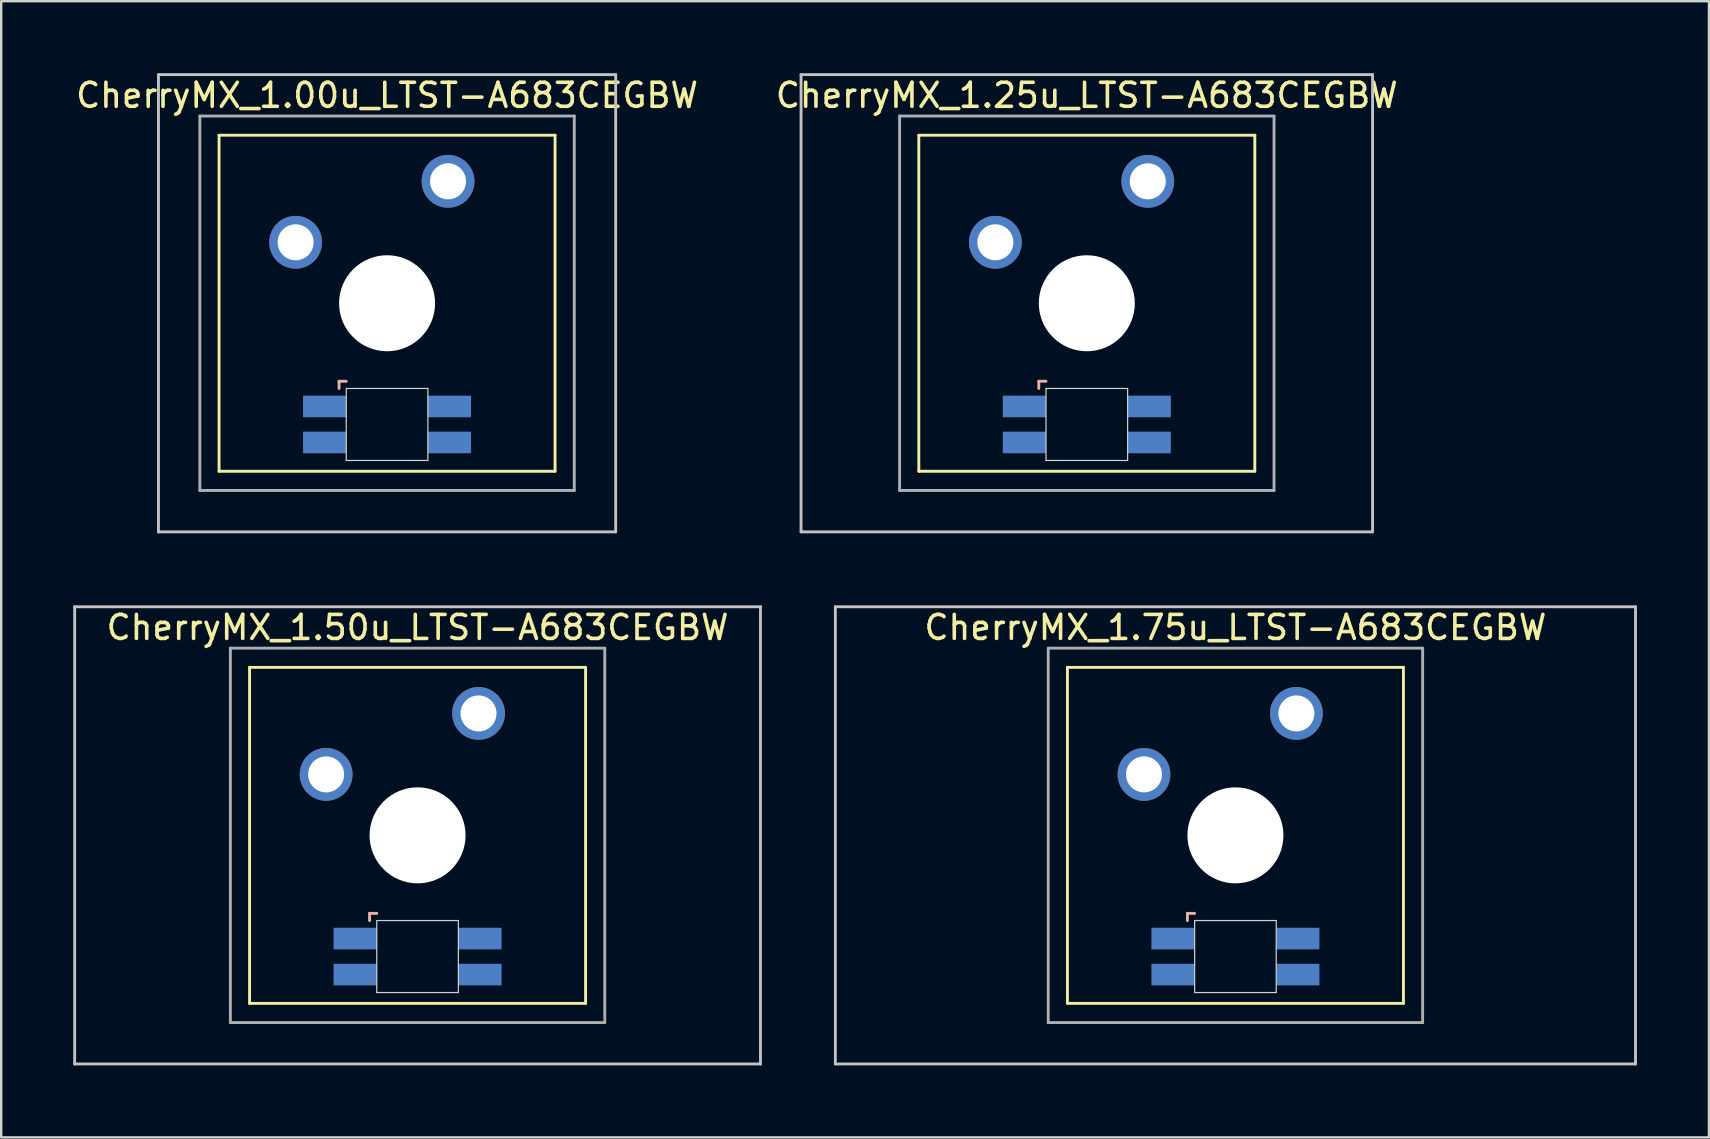
<source format=kicad_pcb>
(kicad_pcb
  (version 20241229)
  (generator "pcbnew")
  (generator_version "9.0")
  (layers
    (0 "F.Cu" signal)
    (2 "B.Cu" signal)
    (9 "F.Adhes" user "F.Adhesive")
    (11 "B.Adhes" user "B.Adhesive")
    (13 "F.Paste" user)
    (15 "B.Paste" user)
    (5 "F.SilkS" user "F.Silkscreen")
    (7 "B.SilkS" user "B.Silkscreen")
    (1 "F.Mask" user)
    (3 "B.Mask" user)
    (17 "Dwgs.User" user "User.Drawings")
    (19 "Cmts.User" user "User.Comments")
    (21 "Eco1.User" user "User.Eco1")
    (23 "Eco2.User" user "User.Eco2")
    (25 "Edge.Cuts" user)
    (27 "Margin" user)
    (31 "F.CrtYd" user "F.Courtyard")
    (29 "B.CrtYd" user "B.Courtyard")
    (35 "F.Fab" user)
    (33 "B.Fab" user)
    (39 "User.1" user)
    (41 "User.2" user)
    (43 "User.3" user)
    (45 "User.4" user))
  (footprint "CherryMX_1.00u_LTST-A683CEGBW"
    (layer "F.Cu")
    (at 13.077 9.585)
    (property "Reference" "CherryMX_1.00u_LTST-A683CEGBW" (at 0 -8.662 0) (layer "F.SilkS") (effects (font (size 1 1) (thickness 0.15))))
    (attr through_hole)
    (fp_line (start -7 -7) (end -7 7) (stroke (width 0.12) (type solid)) (layer "F.SilkS"))
    (fp_line (start -7 -7) (end 7 -7) (stroke (width 0.12) (type solid)) (layer "F.SilkS"))
    (fp_line (start 7 -7) (end 7 7) (stroke (width 0.12) (type solid)) (layer "F.SilkS"))
    (fp_line (start 7 7) (end -7 7) (stroke (width 0.12) (type solid)) (layer "F.SilkS"))
    (fp_line (start -2 3.25) (end -2 3.55) (stroke (width 0.12) (type solid)) (layer "B.SilkS"))
    (fp_line (start -1.7 3.25) (end -2 3.25) (stroke (width 0.12) (type solid)) (layer "B.SilkS"))
    (fp_line (start -9.525 -9.525) (end 9.525 -9.525) (stroke (width 0.12) (type solid)) (layer "Dwgs.User"))
    (fp_line (start -9.525 9.525) (end -9.525 -9.525) (stroke (width 0.12) (type solid)) (layer "Dwgs.User"))
    (fp_line (start 9.525 -9.525) (end 9.525 9.525) (stroke (width 0.12) (type solid)) (layer "Dwgs.User"))
    (fp_line (start 9.525 9.525) (end -9.525 9.525) (stroke (width 0.12) (type solid)) (layer "Dwgs.User"))
    (fp_line (start -1.7 3.55) (end 1.7 3.55) (stroke (width 0.05) (type solid)) (layer "Edge.Cuts"))
    (fp_line (start -1.7 6.55) (end -1.7 3.55) (stroke (width 0.05) (type solid)) (layer "Edge.Cuts"))
    (fp_line (start 1.7 3.55) (end 1.7 6.55) (stroke (width 0.05) (type solid)) (layer "Edge.Cuts"))
    (fp_line (start 1.7 6.55) (end -1.7 6.55) (stroke (width 0.05) (type solid)) (layer "Edge.Cuts"))
    (fp_line (start -7.8 -7.8) (end -7.8 7.8) (stroke (width 0.12) (type solid)) (layer "F.Fab"))
    (fp_line (start -7.8 -7.8) (end 7.8 -7.8) (stroke (width 0.12) (type solid)) (layer "F.Fab"))
    (fp_line (start -7.8 7.8) (end 7.8 7.8) (stroke (width 0.12) (type solid)) (layer "F.Fab"))
    (fp_line (start 7.8 -7.8) (end 7.8 7.8) (stroke (width 0.12) (type solid)) (layer "F.Fab"))
    (pad "" np_thru_hole circle (at 0 0) (size 4 4) (drill 4) (layers "*.Cu" "*.Mask"))
    (pad "1" thru_hole circle (at -3.81 -2.54) (size 2.2 2.2) (drill 1.5) (layers "*.Cu" "*.Mask"))
    (pad "2" thru_hole circle (at 2.54 -5.08) (size 2.2 2.2) (drill 1.5) (layers "*.Cu" "*.Mask"))
    (pad "3" smd rect (at -2.6 4.3) (size 1.8 0.9) (layers "B.Cu" "B.Mask" "B.Paste"))
    (pad "4" smd rect (at -2.6 5.8) (size 1.8 0.9) (layers "B.Cu" "B.Mask" "B.Paste"))
    (pad "5" smd rect (at 2.6 4.3) (size 1.8 0.9) (layers "B.Cu" "B.Mask" "B.Paste"))
    (pad "6" smd rect (at 2.6 5.8) (size 1.8 0.9) (layers "B.Cu" "B.Mask" "B.Paste")))
  (footprint "CherryMX_1.50u_LTST-A683CEGBW"
    (layer "F.Cu")
    (at 14.348 31.755)
    (property "Reference" "CherryMX_1.50u_LTST-A683CEGBW" (at 0 -8.662 0) (layer "F.SilkS") (effects (font (size 1 1) (thickness 0.15))))
    (attr through_hole)
    (fp_line (start -7 -7) (end -7 7) (stroke (width 0.12) (type solid)) (layer "F.SilkS"))
    (fp_line (start -7 -7) (end 7 -7) (stroke (width 0.12) (type solid)) (layer "F.SilkS"))
    (fp_line (start 7 -7) (end 7 7) (stroke (width 0.12) (type solid)) (layer "F.SilkS"))
    (fp_line (start 7 7) (end -7 7) (stroke (width 0.12) (type solid)) (layer "F.SilkS"))
    (fp_line (start -2 3.25) (end -2 3.55) (stroke (width 0.12) (type solid)) (layer "B.SilkS"))
    (fp_line (start -1.7 3.25) (end -2 3.25) (stroke (width 0.12) (type solid)) (layer "B.SilkS"))
    (fp_line (start -14.287 -9.525) (end 14.287 -9.525) (stroke (width 0.12) (type solid)) (layer "Dwgs.User"))
    (fp_line (start -14.287 9.525) (end -14.287 -9.525) (stroke (width 0.12) (type solid)) (layer "Dwgs.User"))
    (fp_line (start 14.287 -9.525) (end 14.287 9.525) (stroke (width 0.12) (type solid)) (layer "Dwgs.User"))
    (fp_line (start 14.287 9.525) (end -14.287 9.525) (stroke (width 0.12) (type solid)) (layer "Dwgs.User"))
    (fp_line (start -1.7 3.55) (end 1.7 3.55) (stroke (width 0.05) (type solid)) (layer "Edge.Cuts"))
    (fp_line (start -1.7 6.55) (end -1.7 3.55) (stroke (width 0.05) (type solid)) (layer "Edge.Cuts"))
    (fp_line (start 1.7 3.55) (end 1.7 6.55) (stroke (width 0.05) (type solid)) (layer "Edge.Cuts"))
    (fp_line (start 1.7 6.55) (end -1.7 6.55) (stroke (width 0.05) (type solid)) (layer "Edge.Cuts"))
    (fp_line (start -7.8 -7.8) (end -7.8 7.8) (stroke (width 0.12) (type solid)) (layer "F.Fab"))
    (fp_line (start -7.8 -7.8) (end 7.8 -7.8) (stroke (width 0.12) (type solid)) (layer "F.Fab"))
    (fp_line (start -7.8 7.8) (end 7.8 7.8) (stroke (width 0.12) (type solid)) (layer "F.Fab"))
    (fp_line (start 7.8 -7.8) (end 7.8 7.8) (stroke (width 0.12) (type solid)) (layer "F.Fab"))
    (pad "" np_thru_hole circle (at 0 0) (size 4 4) (drill 4) (layers "*.Cu" "*.Mask"))
    (pad "1" thru_hole circle (at -3.81 -2.54) (size 2.2 2.2) (drill 1.5) (layers "*.Cu" "*.Mask"))
    (pad "2" thru_hole circle (at 2.54 -5.08) (size 2.2 2.2) (drill 1.5) (layers "*.Cu" "*.Mask"))
    (pad "3" smd rect (at -2.6 4.3) (size 1.8 0.9) (layers "B.Cu" "B.Mask" "B.Paste"))
    (pad "4" smd rect (at -2.6 5.8) (size 1.8 0.9) (layers "B.Cu" "B.Mask" "B.Paste"))
    (pad "5" smd rect (at 2.6 4.3) (size 1.8 0.9) (layers "B.Cu" "B.Mask" "B.Paste"))
    (pad "6" smd rect (at 2.6 5.8) (size 1.8 0.9) (layers "B.Cu" "B.Mask" "B.Paste")))
  (footprint "CherryMX_1.75u_LTST-A683CEGBW"
    (layer "F.Cu")
    (at 48.424 31.755)
    (property "Reference" "CherryMX_1.75u_LTST-A683CEGBW" (at 0 -8.662 0) (layer "F.SilkS") (effects (font (size 1 1) (thickness 0.15))))
    (attr through_hole)
    (fp_line (start -7 -7) (end -7 7) (stroke (width 0.12) (type solid)) (layer "F.SilkS"))
    (fp_line (start -7 -7) (end 7 -7) (stroke (width 0.12) (type solid)) (layer "F.SilkS"))
    (fp_line (start 7 -7) (end 7 7) (stroke (width 0.12) (type solid)) (layer "F.SilkS"))
    (fp_line (start 7 7) (end -7 7) (stroke (width 0.12) (type solid)) (layer "F.SilkS"))
    (fp_line (start -2 3.25) (end -2 3.55) (stroke (width 0.12) (type solid)) (layer "B.SilkS"))
    (fp_line (start -1.7 3.25) (end -2 3.25) (stroke (width 0.12) (type solid)) (layer "B.SilkS"))
    (fp_line (start -16.669 -9.525) (end 16.669 -9.525) (stroke (width 0.12) (type solid)) (layer "Dwgs.User"))
    (fp_line (start -16.669 9.525) (end -16.669 -9.525) (stroke (width 0.12) (type solid)) (layer "Dwgs.User"))
    (fp_line (start 16.669 -9.525) (end 16.669 9.525) (stroke (width 0.12) (type solid)) (layer "Dwgs.User"))
    (fp_line (start 16.669 9.525) (end -16.669 9.525) (stroke (width 0.12) (type solid)) (layer "Dwgs.User"))
    (fp_line (start -1.7 3.55) (end 1.7 3.55) (stroke (width 0.05) (type solid)) (layer "Edge.Cuts"))
    (fp_line (start -1.7 6.55) (end -1.7 3.55) (stroke (width 0.05) (type solid)) (layer "Edge.Cuts"))
    (fp_line (start 1.7 3.55) (end 1.7 6.55) (stroke (width 0.05) (type solid)) (layer "Edge.Cuts"))
    (fp_line (start 1.7 6.55) (end -1.7 6.55) (stroke (width 0.05) (type solid)) (layer "Edge.Cuts"))
    (fp_line (start -7.8 -7.8) (end -7.8 7.8) (stroke (width 0.12) (type solid)) (layer "F.Fab"))
    (fp_line (start -7.8 -7.8) (end 7.8 -7.8) (stroke (width 0.12) (type solid)) (layer "F.Fab"))
    (fp_line (start -7.8 7.8) (end 7.8 7.8) (stroke (width 0.12) (type solid)) (layer "F.Fab"))
    (fp_line (start 7.8 -7.8) (end 7.8 7.8) (stroke (width 0.12) (type solid)) (layer "F.Fab"))
    (pad "" np_thru_hole circle (at 0 0) (size 4 4) (drill 4) (layers "*.Cu" "*.Mask"))
    (pad "1" thru_hole circle (at -3.81 -2.54) (size 2.2 2.2) (drill 1.5) (layers "*.Cu" "*.Mask"))
    (pad "2" thru_hole circle (at 2.54 -5.08) (size 2.2 2.2) (drill 1.5) (layers "*.Cu" "*.Mask"))
    (pad "3" smd rect (at -2.6 4.3) (size 1.8 0.9) (layers "B.Cu" "B.Mask" "B.Paste"))
    (pad "4" smd rect (at -2.6 5.8) (size 1.8 0.9) (layers "B.Cu" "B.Mask" "B.Paste"))
    (pad "5" smd rect (at 2.6 4.3) (size 1.8 0.9) (layers "B.Cu" "B.Mask" "B.Paste"))
    (pad "6" smd rect (at 2.6 5.8) (size 1.8 0.9) (layers "B.Cu" "B.Mask" "B.Paste")))
  (footprint "CherryMX_1.25u_LTST-A683CEGBW"
    (layer "F.Cu")
    (at 42.232 9.585)
    (property "Reference" "CherryMX_1.25u_LTST-A683CEGBW" (at 0 -8.662 0) (layer "F.SilkS") (effects (font (size 1 1) (thickness 0.15))))
    (attr through_hole)
    (fp_line (start -7 -7) (end -7 7) (stroke (width 0.12) (type solid)) (layer "F.SilkS"))
    (fp_line (start -7 -7) (end 7 -7) (stroke (width 0.12) (type solid)) (layer "F.SilkS"))
    (fp_line (start 7 -7) (end 7 7) (stroke (width 0.12) (type solid)) (layer "F.SilkS"))
    (fp_line (start 7 7) (end -7 7) (stroke (width 0.12) (type solid)) (layer "F.SilkS"))
    (fp_line (start -2 3.25) (end -2 3.55) (stroke (width 0.12) (type solid)) (layer "B.SilkS"))
    (fp_line (start -1.7 3.25) (end -2 3.25) (stroke (width 0.12) (type solid)) (layer "B.SilkS"))
    (fp_line (start -11.906 -9.525) (end 11.906 -9.525) (stroke (width 0.12) (type solid)) (layer "Dwgs.User"))
    (fp_line (start -11.906 9.525) (end -11.906 -9.525) (stroke (width 0.12) (type solid)) (layer "Dwgs.User"))
    (fp_line (start 11.906 -9.525) (end 11.906 9.525) (stroke (width 0.12) (type solid)) (layer "Dwgs.User"))
    (fp_line (start 11.906 9.525) (end -11.906 9.525) (stroke (width 0.12) (type solid)) (layer "Dwgs.User"))
    (fp_line (start -1.7 3.55) (end 1.7 3.55) (stroke (width 0.05) (type solid)) (layer "Edge.Cuts"))
    (fp_line (start -1.7 6.55) (end -1.7 3.55) (stroke (width 0.05) (type solid)) (layer "Edge.Cuts"))
    (fp_line (start 1.7 3.55) (end 1.7 6.55) (stroke (width 0.05) (type solid)) (layer "Edge.Cuts"))
    (fp_line (start 1.7 6.55) (end -1.7 6.55) (stroke (width 0.05) (type solid)) (layer "Edge.Cuts"))
    (fp_line (start -7.8 -7.8) (end -7.8 7.8) (stroke (width 0.12) (type solid)) (layer "F.Fab"))
    (fp_line (start -7.8 -7.8) (end 7.8 -7.8) (stroke (width 0.12) (type solid)) (layer "F.Fab"))
    (fp_line (start -7.8 7.8) (end 7.8 7.8) (stroke (width 0.12) (type solid)) (layer "F.Fab"))
    (fp_line (start 7.8 -7.8) (end 7.8 7.8) (stroke (width 0.12) (type solid)) (layer "F.Fab"))
    (pad "" np_thru_hole circle (at 0 0) (size 4 4) (drill 4) (layers "*.Cu" "*.Mask"))
    (pad "1" thru_hole circle (at -3.81 -2.54) (size 2.2 2.2) (drill 1.5) (layers "*.Cu" "*.Mask"))
    (pad "2" thru_hole circle (at 2.54 -5.08) (size 2.2 2.2) (drill 1.5) (layers "*.Cu" "*.Mask"))
    (pad "3" smd rect (at -2.6 4.3) (size 1.8 0.9) (layers "B.Cu" "B.Mask" "B.Paste"))
    (pad "4" smd rect (at -2.6 5.8) (size 1.8 0.9) (layers "B.Cu" "B.Mask" "B.Paste"))
    (pad "5" smd rect (at 2.6 4.3) (size 1.8 0.9) (layers "B.Cu" "B.Mask" "B.Paste"))
    (pad "6" smd rect (at 2.6 5.8) (size 1.8 0.9) (layers "B.Cu" "B.Mask" "B.Paste")))
  (gr_rect
    (start -3 -3)
    (end 68.153 44.34)
    (stroke (width 0.1) (type default))
    (fill no)
    (layer "Edge.Cuts")))
</source>
